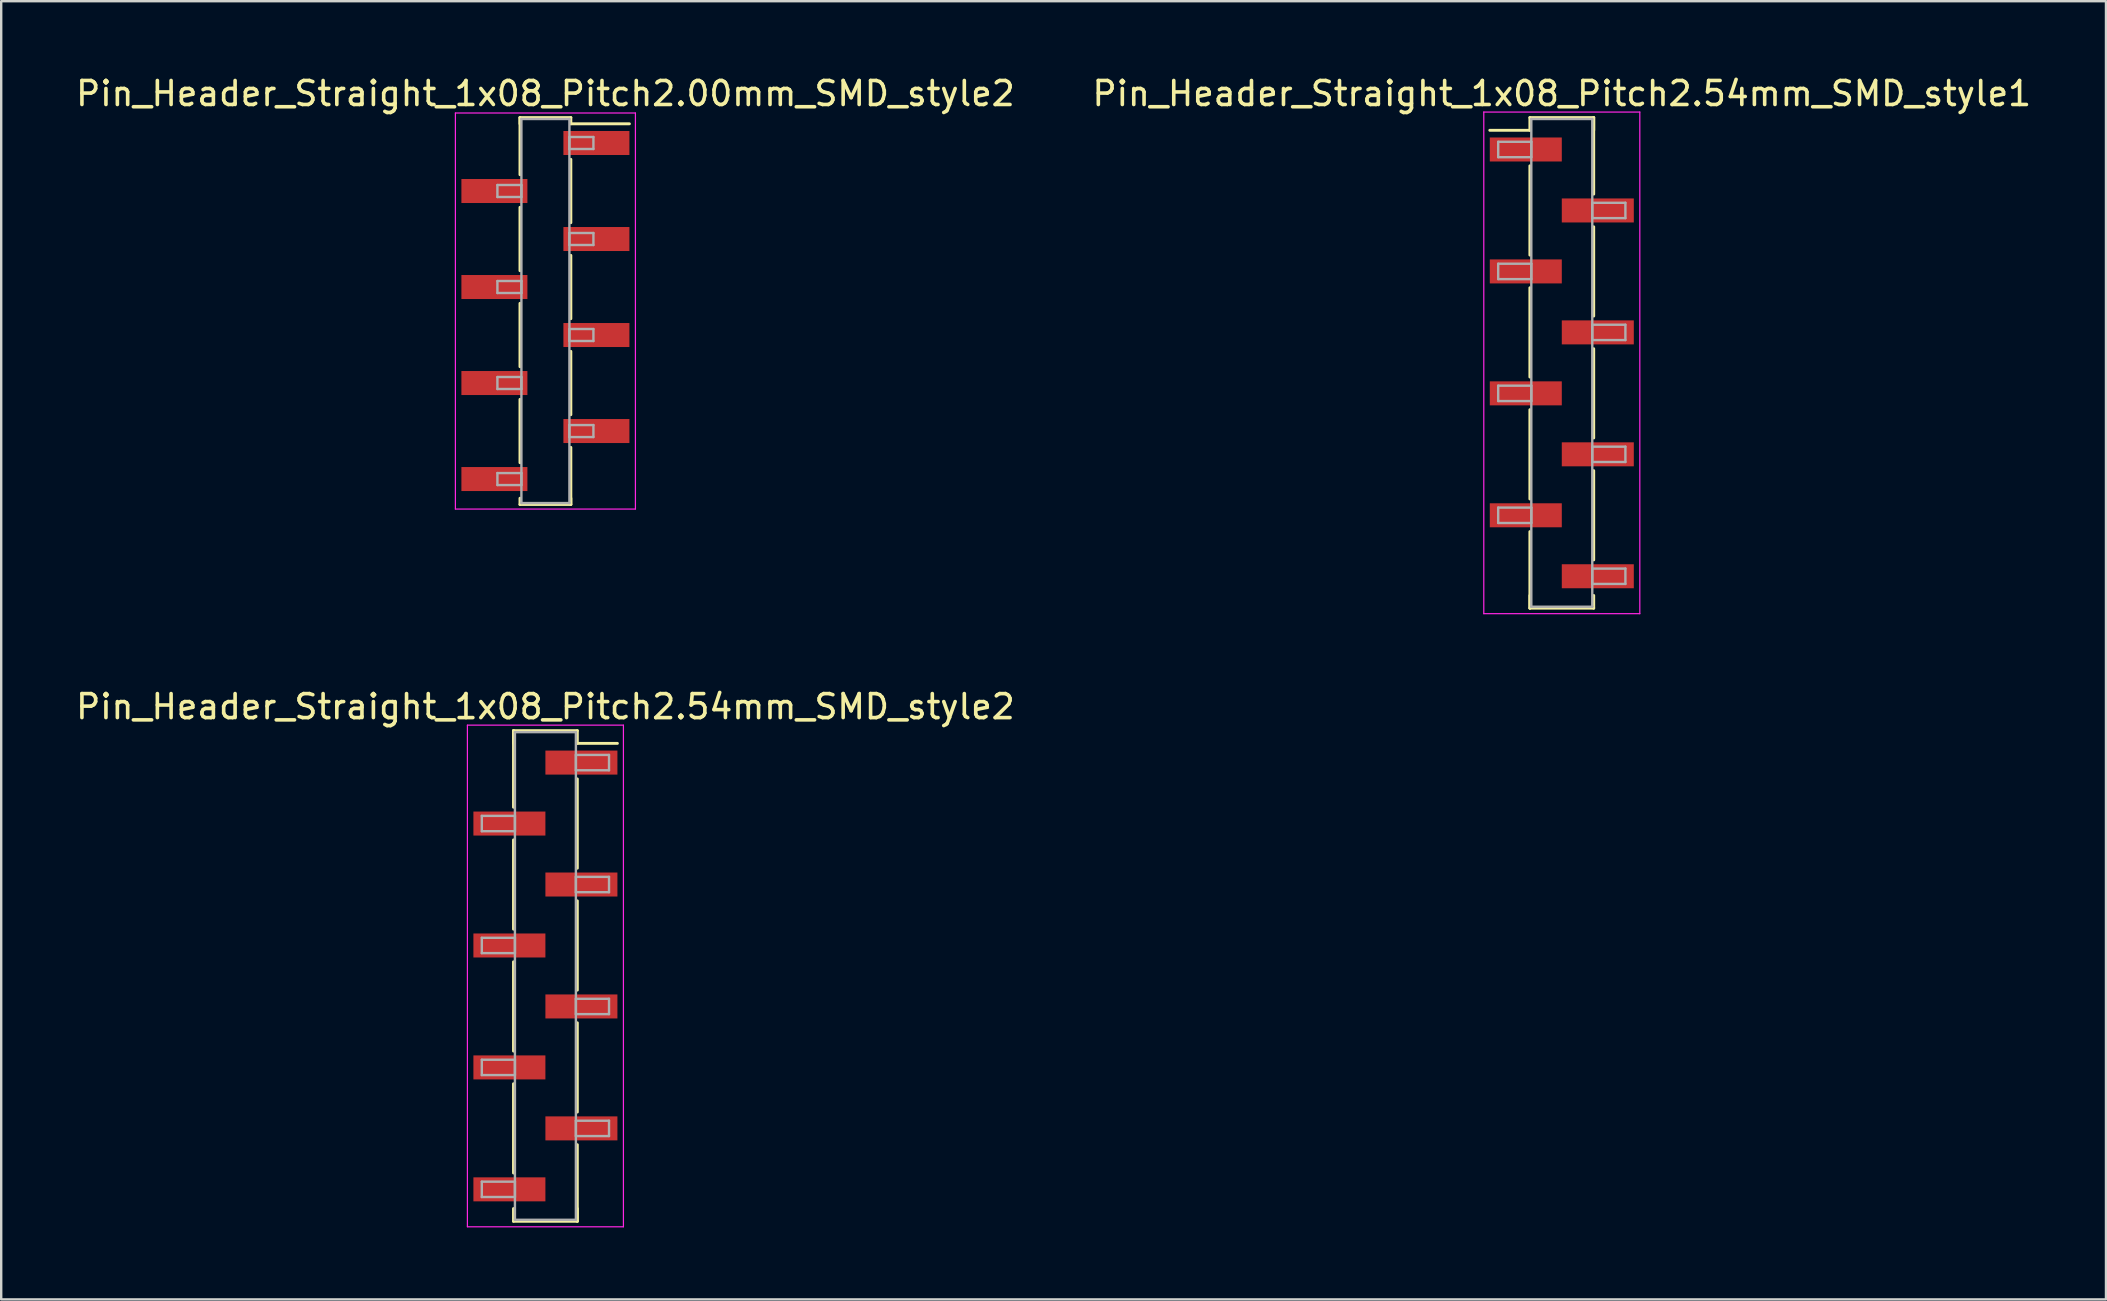
<source format=kicad_pcb>
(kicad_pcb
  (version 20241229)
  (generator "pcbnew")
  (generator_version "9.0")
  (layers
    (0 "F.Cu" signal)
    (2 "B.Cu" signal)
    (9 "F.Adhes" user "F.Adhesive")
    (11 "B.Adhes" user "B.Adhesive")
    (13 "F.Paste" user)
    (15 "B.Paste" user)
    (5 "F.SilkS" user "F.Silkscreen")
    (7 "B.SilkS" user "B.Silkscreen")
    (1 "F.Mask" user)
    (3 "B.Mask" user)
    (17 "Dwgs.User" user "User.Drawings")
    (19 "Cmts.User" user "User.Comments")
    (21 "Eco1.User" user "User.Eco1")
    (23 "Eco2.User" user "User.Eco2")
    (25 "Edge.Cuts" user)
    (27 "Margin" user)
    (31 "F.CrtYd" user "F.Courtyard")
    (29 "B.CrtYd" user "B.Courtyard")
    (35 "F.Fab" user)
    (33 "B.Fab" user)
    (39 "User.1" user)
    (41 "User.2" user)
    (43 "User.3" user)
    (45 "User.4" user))
  (footprint "Pin_Header_Straight_1x08_Pitch2.54mm_SMD_style2"
    (layer "F.Cu")
    (at 19.673 37.611)
    (property "Reference" "Pin_Header_Straight_1x08_Pitch2.54mm_SMD_style2" (at 0 -11.22 0) (layer "F.SilkS") (effects (font (size 1 1) (thickness 0.15))))
    (attr smd)
    (fp_line (start -1.33 -10.22) (end -1.33 -7.03) (stroke (width 0.12) (type solid)) (layer "F.SilkS"))
    (fp_line (start -1.33 -10.22) (end 1.33 -10.22) (stroke (width 0.12) (type solid)) (layer "F.SilkS"))
    (fp_line (start -1.33 -9.69) (end -1.33 -10.22) (stroke (width 0.12) (type solid)) (layer "F.SilkS"))
    (fp_line (start -1.33 -5.67) (end -1.33 -1.95) (stroke (width 0.12) (type solid)) (layer "F.SilkS"))
    (fp_line (start -1.33 -0.59) (end -1.33 3.13) (stroke (width 0.12) (type solid)) (layer "F.SilkS"))
    (fp_line (start -1.33 4.49) (end -1.33 8.21) (stroke (width 0.12) (type solid)) (layer "F.SilkS"))
    (fp_line (start -1.33 9.69) (end -1.33 10.22) (stroke (width 0.12) (type solid)) (layer "F.SilkS"))
    (fp_line (start -1.33 10.22) (end 1.33 10.22) (stroke (width 0.12) (type solid)) (layer "F.SilkS"))
    (fp_line (start 1.33 -10.22) (end 1.33 -9.69) (stroke (width 0.12) (type solid)) (layer "F.SilkS"))
    (fp_line (start 1.33 -9.69) (end 3 -9.69) (stroke (width 0.12) (type solid)) (layer "F.SilkS"))
    (fp_line (start 1.33 -8.21) (end 1.33 -4.49) (stroke (width 0.12) (type solid)) (layer "F.SilkS"))
    (fp_line (start 1.33 -3.13) (end 1.33 0.59) (stroke (width 0.12) (type solid)) (layer "F.SilkS"))
    (fp_line (start 1.33 1.95) (end 1.33 5.67) (stroke (width 0.12) (type solid)) (layer "F.SilkS"))
    (fp_line (start 1.33 7.03) (end 1.33 10.22) (stroke (width 0.12) (type solid)) (layer "F.SilkS"))
    (fp_line (start 1.33 10.22) (end 1.33 9.69) (stroke (width 0.12) (type solid)) (layer "F.SilkS"))
    (fp_line (start -3.25 -10.45) (end -3.25 10.45) (stroke (width 0.05) (type solid)) (layer "F.CrtYd"))
    (fp_line (start -3.25 10.45) (end 3.25 10.45) (stroke (width 0.05) (type solid)) (layer "F.CrtYd"))
    (fp_line (start 3.25 -10.45) (end -3.25 -10.45) (stroke (width 0.05) (type solid)) (layer "F.CrtYd"))
    (fp_line (start 3.25 10.45) (end 3.25 -10.45) (stroke (width 0.05) (type solid)) (layer "F.CrtYd"))
    (fp_line (start -2.65 -6.67) (end -1.27 -6.67) (stroke (width 0.1) (type solid)) (layer "F.Fab"))
    (fp_line (start -2.65 -6.03) (end -2.65 -6.67) (stroke (width 0.1) (type solid)) (layer "F.Fab"))
    (fp_line (start -2.65 -1.59) (end -1.27 -1.59) (stroke (width 0.1) (type solid)) (layer "F.Fab"))
    (fp_line (start -2.65 -0.95) (end -2.65 -1.59) (stroke (width 0.1) (type solid)) (layer "F.Fab"))
    (fp_line (start -2.65 3.49) (end -1.27 3.49) (stroke (width 0.1) (type solid)) (layer "F.Fab"))
    (fp_line (start -2.65 4.13) (end -2.65 3.49) (stroke (width 0.1) (type solid)) (layer "F.Fab"))
    (fp_line (start -2.65 8.57) (end -1.27 8.57) (stroke (width 0.1) (type solid)) (layer "F.Fab"))
    (fp_line (start -2.65 9.21) (end -2.65 8.57) (stroke (width 0.1) (type solid)) (layer "F.Fab"))
    (fp_line (start -1.27 -10.16) (end -1.27 10.16) (stroke (width 0.1) (type solid)) (layer "F.Fab"))
    (fp_line (start -1.27 -6.67) (end -1.27 -6.03) (stroke (width 0.1) (type solid)) (layer "F.Fab"))
    (fp_line (start -1.27 -6.03) (end -2.65 -6.03) (stroke (width 0.1) (type solid)) (layer "F.Fab"))
    (fp_line (start -1.27 -1.59) (end -1.27 -0.95) (stroke (width 0.1) (type solid)) (layer "F.Fab"))
    (fp_line (start -1.27 -0.95) (end -2.65 -0.95) (stroke (width 0.1) (type solid)) (layer "F.Fab"))
    (fp_line (start -1.27 3.49) (end -1.27 4.13) (stroke (width 0.1) (type solid)) (layer "F.Fab"))
    (fp_line (start -1.27 4.13) (end -2.65 4.13) (stroke (width 0.1) (type solid)) (layer "F.Fab"))
    (fp_line (start -1.27 8.57) (end -1.27 9.21) (stroke (width 0.1) (type solid)) (layer "F.Fab"))
    (fp_line (start -1.27 9.21) (end -2.65 9.21) (stroke (width 0.1) (type solid)) (layer "F.Fab"))
    (fp_line (start -1.27 10.16) (end 1.27 10.16) (stroke (width 0.1) (type solid)) (layer "F.Fab"))
    (fp_line (start 1.27 -10.16) (end -1.27 -10.16) (stroke (width 0.1) (type solid)) (layer "F.Fab"))
    (fp_line (start 1.27 -9.21) (end 1.27 -8.57) (stroke (width 0.1) (type solid)) (layer "F.Fab"))
    (fp_line (start 1.27 -8.57) (end 2.65 -8.57) (stroke (width 0.1) (type solid)) (layer "F.Fab"))
    (fp_line (start 1.27 -4.13) (end 1.27 -3.49) (stroke (width 0.1) (type solid)) (layer "F.Fab"))
    (fp_line (start 1.27 -3.49) (end 2.65 -3.49) (stroke (width 0.1) (type solid)) (layer "F.Fab"))
    (fp_line (start 1.27 0.95) (end 1.27 1.59) (stroke (width 0.1) (type solid)) (layer "F.Fab"))
    (fp_line (start 1.27 1.59) (end 2.65 1.59) (stroke (width 0.1) (type solid)) (layer "F.Fab"))
    (fp_line (start 1.27 6.03) (end 1.27 6.67) (stroke (width 0.1) (type solid)) (layer "F.Fab"))
    (fp_line (start 1.27 6.67) (end 2.65 6.67) (stroke (width 0.1) (type solid)) (layer "F.Fab"))
    (fp_line (start 1.27 10.16) (end 1.27 -10.16) (stroke (width 0.1) (type solid)) (layer "F.Fab"))
    (fp_line (start 2.65 -9.21) (end 1.27 -9.21) (stroke (width 0.1) (type solid)) (layer "F.Fab"))
    (fp_line (start 2.65 -8.57) (end 2.65 -9.21) (stroke (width 0.1) (type solid)) (layer "F.Fab"))
    (fp_line (start 2.65 -4.13) (end 1.27 -4.13) (stroke (width 0.1) (type solid)) (layer "F.Fab"))
    (fp_line (start 2.65 -3.49) (end 2.65 -4.13) (stroke (width 0.1) (type solid)) (layer "F.Fab"))
    (fp_line (start 2.65 0.95) (end 1.27 0.95) (stroke (width 0.1) (type solid)) (layer "F.Fab"))
    (fp_line (start 2.65 1.59) (end 2.65 0.95) (stroke (width 0.1) (type solid)) (layer "F.Fab"))
    (fp_line (start 2.65 6.03) (end 1.27 6.03) (stroke (width 0.1) (type solid)) (layer "F.Fab"))
    (fp_line (start 2.65 6.67) (end 2.65 6.03) (stroke (width 0.1) (type solid)) (layer "F.Fab"))
    (pad "1" smd rect (at 1.5 -8.89) (size 3 1) (layers "F.Cu" "F.Mask"))
    (pad "2" smd rect (at -1.5 -6.35) (size 3 1) (layers "F.Cu" "F.Mask"))
    (pad "3" smd rect (at 1.5 -3.81) (size 3 1) (layers "F.Cu" "F.Mask"))
    (pad "4" smd rect (at -1.5 -1.27) (size 3 1) (layers "F.Cu" "F.Mask"))
    (pad "5" smd rect (at 1.5 1.27) (size 3 1) (layers "F.Cu" "F.Mask"))
    (pad "6" smd rect (at -1.5 3.81) (size 3 1) (layers "F.Cu" "F.Mask"))
    (pad "7" smd rect (at 1.5 6.35) (size 3 1) (layers "F.Cu" "F.Mask"))
    (pad "8" smd rect (at -1.5 8.89) (size 3 1) (layers "F.Cu" "F.Mask")))
  (footprint "Pin_Header_Straight_1x08_Pitch2.54mm_SMD_style1"
    (layer "F.Cu")
    (at 62.018 12.068)
    (property "Reference" "Pin_Header_Straight_1x08_Pitch2.54mm_SMD_style1" (at 0 -11.22 0) (layer "F.SilkS") (effects (font (size 1 1) (thickness 0.15))))
    (attr smd)
    (fp_line (start -1.33 -10.22) (end 1.33 -10.22) (stroke (width 0.12) (type solid)) (layer "F.SilkS"))
    (fp_line (start -1.33 -9.69) (end -3 -9.69) (stroke (width 0.12) (type solid)) (layer "F.SilkS"))
    (fp_line (start -1.33 -9.69) (end -1.33 -10.22) (stroke (width 0.12) (type solid)) (layer "F.SilkS"))
    (fp_line (start -1.33 -8.21) (end -1.33 -4.49) (stroke (width 0.12) (type solid)) (layer "F.SilkS"))
    (fp_line (start -1.33 -3.13) (end -1.33 0.59) (stroke (width 0.12) (type solid)) (layer "F.SilkS"))
    (fp_line (start -1.33 1.95) (end -1.33 5.67) (stroke (width 0.12) (type solid)) (layer "F.SilkS"))
    (fp_line (start -1.33 7.03) (end -1.33 10.22) (stroke (width 0.12) (type solid)) (layer "F.SilkS"))
    (fp_line (start -1.33 9.69) (end -1.33 10.22) (stroke (width 0.12) (type solid)) (layer "F.SilkS"))
    (fp_line (start -1.33 10.22) (end 1.33 10.22) (stroke (width 0.12) (type solid)) (layer "F.SilkS"))
    (fp_line (start 1.33 -10.22) (end 1.33 -9.69) (stroke (width 0.12) (type solid)) (layer "F.SilkS"))
    (fp_line (start 1.33 -10.22) (end 1.33 -7.03) (stroke (width 0.12) (type solid)) (layer "F.SilkS"))
    (fp_line (start 1.33 -5.67) (end 1.33 -1.95) (stroke (width 0.12) (type solid)) (layer "F.SilkS"))
    (fp_line (start 1.33 -0.59) (end 1.33 3.13) (stroke (width 0.12) (type solid)) (layer "F.SilkS"))
    (fp_line (start 1.33 4.49) (end 1.33 8.21) (stroke (width 0.12) (type solid)) (layer "F.SilkS"))
    (fp_line (start 1.33 10.22) (end 1.33 9.69) (stroke (width 0.12) (type solid)) (layer "F.SilkS"))
    (fp_line (start -3.25 -10.45) (end -3.25 10.45) (stroke (width 0.05) (type solid)) (layer "F.CrtYd"))
    (fp_line (start -3.25 10.45) (end 3.25 10.45) (stroke (width 0.05) (type solid)) (layer "F.CrtYd"))
    (fp_line (start 3.25 -10.45) (end -3.25 -10.45) (stroke (width 0.05) (type solid)) (layer "F.CrtYd"))
    (fp_line (start 3.25 10.45) (end 3.25 -10.45) (stroke (width 0.05) (type solid)) (layer "F.CrtYd"))
    (fp_line (start -2.65 -9.21) (end -1.27 -9.21) (stroke (width 0.1) (type solid)) (layer "F.Fab"))
    (fp_line (start -2.65 -8.57) (end -2.65 -9.21) (stroke (width 0.1) (type solid)) (layer "F.Fab"))
    (fp_line (start -2.65 -4.13) (end -1.27 -4.13) (stroke (width 0.1) (type solid)) (layer "F.Fab"))
    (fp_line (start -2.65 -3.49) (end -2.65 -4.13) (stroke (width 0.1) (type solid)) (layer "F.Fab"))
    (fp_line (start -2.65 0.95) (end -1.27 0.95) (stroke (width 0.1) (type solid)) (layer "F.Fab"))
    (fp_line (start -2.65 1.59) (end -2.65 0.95) (stroke (width 0.1) (type solid)) (layer "F.Fab"))
    (fp_line (start -2.65 6.03) (end -1.27 6.03) (stroke (width 0.1) (type solid)) (layer "F.Fab"))
    (fp_line (start -2.65 6.67) (end -2.65 6.03) (stroke (width 0.1) (type solid)) (layer "F.Fab"))
    (fp_line (start -1.27 -10.16) (end -1.27 10.16) (stroke (width 0.1) (type solid)) (layer "F.Fab"))
    (fp_line (start -1.27 -9.21) (end -1.27 -8.57) (stroke (width 0.1) (type solid)) (layer "F.Fab"))
    (fp_line (start -1.27 -8.57) (end -2.65 -8.57) (stroke (width 0.1) (type solid)) (layer "F.Fab"))
    (fp_line (start -1.27 -4.13) (end -1.27 -3.49) (stroke (width 0.1) (type solid)) (layer "F.Fab"))
    (fp_line (start -1.27 -3.49) (end -2.65 -3.49) (stroke (width 0.1) (type solid)) (layer "F.Fab"))
    (fp_line (start -1.27 0.95) (end -1.27 1.59) (stroke (width 0.1) (type solid)) (layer "F.Fab"))
    (fp_line (start -1.27 1.59) (end -2.65 1.59) (stroke (width 0.1) (type solid)) (layer "F.Fab"))
    (fp_line (start -1.27 6.03) (end -1.27 6.67) (stroke (width 0.1) (type solid)) (layer "F.Fab"))
    (fp_line (start -1.27 6.67) (end -2.65 6.67) (stroke (width 0.1) (type solid)) (layer "F.Fab"))
    (fp_line (start -1.27 10.16) (end 1.27 10.16) (stroke (width 0.1) (type solid)) (layer "F.Fab"))
    (fp_line (start 1.27 -10.16) (end -1.27 -10.16) (stroke (width 0.1) (type solid)) (layer "F.Fab"))
    (fp_line (start 1.27 -6.67) (end 1.27 -6.03) (stroke (width 0.1) (type solid)) (layer "F.Fab"))
    (fp_line (start 1.27 -6.03) (end 2.65 -6.03) (stroke (width 0.1) (type solid)) (layer "F.Fab"))
    (fp_line (start 1.27 -1.59) (end 1.27 -0.95) (stroke (width 0.1) (type solid)) (layer "F.Fab"))
    (fp_line (start 1.27 -0.95) (end 2.65 -0.95) (stroke (width 0.1) (type solid)) (layer "F.Fab"))
    (fp_line (start 1.27 3.49) (end 1.27 4.13) (stroke (width 0.1) (type solid)) (layer "F.Fab"))
    (fp_line (start 1.27 4.13) (end 2.65 4.13) (stroke (width 0.1) (type solid)) (layer "F.Fab"))
    (fp_line (start 1.27 8.57) (end 1.27 9.21) (stroke (width 0.1) (type solid)) (layer "F.Fab"))
    (fp_line (start 1.27 9.21) (end 2.65 9.21) (stroke (width 0.1) (type solid)) (layer "F.Fab"))
    (fp_line (start 1.27 10.16) (end 1.27 -10.16) (stroke (width 0.1) (type solid)) (layer "F.Fab"))
    (fp_line (start 2.65 -6.67) (end 1.27 -6.67) (stroke (width 0.1) (type solid)) (layer "F.Fab"))
    (fp_line (start 2.65 -6.03) (end 2.65 -6.67) (stroke (width 0.1) (type solid)) (layer "F.Fab"))
    (fp_line (start 2.65 -1.59) (end 1.27 -1.59) (stroke (width 0.1) (type solid)) (layer "F.Fab"))
    (fp_line (start 2.65 -0.95) (end 2.65 -1.59) (stroke (width 0.1) (type solid)) (layer "F.Fab"))
    (fp_line (start 2.65 3.49) (end 1.27 3.49) (stroke (width 0.1) (type solid)) (layer "F.Fab"))
    (fp_line (start 2.65 4.13) (end 2.65 3.49) (stroke (width 0.1) (type solid)) (layer "F.Fab"))
    (fp_line (start 2.65 8.57) (end 1.27 8.57) (stroke (width 0.1) (type solid)) (layer "F.Fab"))
    (fp_line (start 2.65 9.21) (end 2.65 8.57) (stroke (width 0.1) (type solid)) (layer "F.Fab"))
    (pad "1" smd rect (at -1.5 -8.89) (size 3 1) (layers "F.Cu" "F.Mask"))
    (pad "2" smd rect (at 1.5 -6.35) (size 3 1) (layers "F.Cu" "F.Mask"))
    (pad "3" smd rect (at -1.5 -3.81) (size 3 1) (layers "F.Cu" "F.Mask"))
    (pad "4" smd rect (at 1.5 -1.27) (size 3 1) (layers "F.Cu" "F.Mask"))
    (pad "5" smd rect (at -1.5 1.27) (size 3 1) (layers "F.Cu" "F.Mask"))
    (pad "6" smd rect (at 1.5 3.81) (size 3 1) (layers "F.Cu" "F.Mask"))
    (pad "7" smd rect (at -1.5 6.35) (size 3 1) (layers "F.Cu" "F.Mask"))
    (pad "8" smd rect (at 1.5 8.89) (size 3 1) (layers "F.Cu" "F.Mask")))
  (footprint "Pin_Header_Straight_1x08_Pitch2.00mm_SMD_style2"
    (layer "F.Cu")
    (at 19.673 9.908)
    (property "Reference" "Pin_Header_Straight_1x08_Pitch2.00mm_SMD_style2" (at 0 -9.06 0) (layer "F.SilkS") (effects (font (size 1 1) (thickness 0.15))))
    (attr smd)
    (fp_line (start -1.06 -8.06) (end -1.06 -5.68) (stroke (width 0.12) (type solid)) (layer "F.SilkS"))
    (fp_line (start -1.06 -8.06) (end 1.06 -8.06) (stroke (width 0.12) (type solid)) (layer "F.SilkS"))
    (fp_line (start -1.06 -7.8) (end -1.06 -8.06) (stroke (width 0.12) (type solid)) (layer "F.SilkS"))
    (fp_line (start -1.06 -4.32) (end -1.06 -1.68) (stroke (width 0.12) (type solid)) (layer "F.SilkS"))
    (fp_line (start -1.06 -0.32) (end -1.06 2.32) (stroke (width 0.12) (type solid)) (layer "F.SilkS"))
    (fp_line (start -1.06 3.68) (end -1.06 6.32) (stroke (width 0.12) (type solid)) (layer "F.SilkS"))
    (fp_line (start -1.06 7.8) (end -1.06 8.06) (stroke (width 0.12) (type solid)) (layer "F.SilkS"))
    (fp_line (start -1.06 8.06) (end 1.06 8.06) (stroke (width 0.12) (type solid)) (layer "F.SilkS"))
    (fp_line (start 1.06 -8.06) (end 1.06 -7.8) (stroke (width 0.12) (type solid)) (layer "F.SilkS"))
    (fp_line (start 1.06 -7.8) (end 3.5 -7.8) (stroke (width 0.12) (type solid)) (layer "F.SilkS"))
    (fp_line (start 1.06 -6.32) (end 1.06 -3.68) (stroke (width 0.12) (type solid)) (layer "F.SilkS"))
    (fp_line (start 1.06 -2.32) (end 1.06 0.32) (stroke (width 0.12) (type solid)) (layer "F.SilkS"))
    (fp_line (start 1.06 1.68) (end 1.06 4.32) (stroke (width 0.12) (type solid)) (layer "F.SilkS"))
    (fp_line (start 1.06 5.68) (end 1.06 8.06) (stroke (width 0.12) (type solid)) (layer "F.SilkS"))
    (fp_line (start 1.06 8.06) (end 1.06 7.8) (stroke (width 0.12) (type solid)) (layer "F.SilkS"))
    (fp_line (start -3.75 -8.25) (end -3.75 8.25) (stroke (width 0.05) (type solid)) (layer "F.CrtYd"))
    (fp_line (start -3.75 8.25) (end 3.75 8.25) (stroke (width 0.05) (type solid)) (layer "F.CrtYd"))
    (fp_line (start 3.75 -8.25) (end -3.75 -8.25) (stroke (width 0.05) (type solid)) (layer "F.CrtYd"))
    (fp_line (start 3.75 8.25) (end 3.75 -8.25) (stroke (width 0.05) (type solid)) (layer "F.CrtYd"))
    (fp_line (start -2 -5.25) (end -1 -5.25) (stroke (width 0.1) (type solid)) (layer "F.Fab"))
    (fp_line (start -2 -4.75) (end -2 -5.25) (stroke (width 0.1) (type solid)) (layer "F.Fab"))
    (fp_line (start -2 -1.25) (end -1 -1.25) (stroke (width 0.1) (type solid)) (layer "F.Fab"))
    (fp_line (start -2 -0.75) (end -2 -1.25) (stroke (width 0.1) (type solid)) (layer "F.Fab"))
    (fp_line (start -2 2.75) (end -1 2.75) (stroke (width 0.1) (type solid)) (layer "F.Fab"))
    (fp_line (start -2 3.25) (end -2 2.75) (stroke (width 0.1) (type solid)) (layer "F.Fab"))
    (fp_line (start -2 6.75) (end -1 6.75) (stroke (width 0.1) (type solid)) (layer "F.Fab"))
    (fp_line (start -2 7.25) (end -2 6.75) (stroke (width 0.1) (type solid)) (layer "F.Fab"))
    (fp_line (start -1 -8) (end -1 8) (stroke (width 0.1) (type solid)) (layer "F.Fab"))
    (fp_line (start -1 -5.25) (end -1 -4.75) (stroke (width 0.1) (type solid)) (layer "F.Fab"))
    (fp_line (start -1 -4.75) (end -2 -4.75) (stroke (width 0.1) (type solid)) (layer "F.Fab"))
    (fp_line (start -1 -1.25) (end -1 -0.75) (stroke (width 0.1) (type solid)) (layer "F.Fab"))
    (fp_line (start -1 -0.75) (end -2 -0.75) (stroke (width 0.1) (type solid)) (layer "F.Fab"))
    (fp_line (start -1 2.75) (end -1 3.25) (stroke (width 0.1) (type solid)) (layer "F.Fab"))
    (fp_line (start -1 3.25) (end -2 3.25) (stroke (width 0.1) (type solid)) (layer "F.Fab"))
    (fp_line (start -1 6.75) (end -1 7.25) (stroke (width 0.1) (type solid)) (layer "F.Fab"))
    (fp_line (start -1 7.25) (end -2 7.25) (stroke (width 0.1) (type solid)) (layer "F.Fab"))
    (fp_line (start -1 8) (end 1 8) (stroke (width 0.1) (type solid)) (layer "F.Fab"))
    (fp_line (start 1 -8) (end -1 -8) (stroke (width 0.1) (type solid)) (layer "F.Fab"))
    (fp_line (start 1 -7.25) (end 1 -6.75) (stroke (width 0.1) (type solid)) (layer "F.Fab"))
    (fp_line (start 1 -6.75) (end 2 -6.75) (stroke (width 0.1) (type solid)) (layer "F.Fab"))
    (fp_line (start 1 -3.25) (end 1 -2.75) (stroke (width 0.1) (type solid)) (layer "F.Fab"))
    (fp_line (start 1 -2.75) (end 2 -2.75) (stroke (width 0.1) (type solid)) (layer "F.Fab"))
    (fp_line (start 1 0.75) (end 1 1.25) (stroke (width 0.1) (type solid)) (layer "F.Fab"))
    (fp_line (start 1 1.25) (end 2 1.25) (stroke (width 0.1) (type solid)) (layer "F.Fab"))
    (fp_line (start 1 4.75) (end 1 5.25) (stroke (width 0.1) (type solid)) (layer "F.Fab"))
    (fp_line (start 1 5.25) (end 2 5.25) (stroke (width 0.1) (type solid)) (layer "F.Fab"))
    (fp_line (start 1 8) (end 1 -8) (stroke (width 0.1) (type solid)) (layer "F.Fab"))
    (fp_line (start 2 -7.25) (end 1 -7.25) (stroke (width 0.1) (type solid)) (layer "F.Fab"))
    (fp_line (start 2 -6.75) (end 2 -7.25) (stroke (width 0.1) (type solid)) (layer "F.Fab"))
    (fp_line (start 2 -3.25) (end 1 -3.25) (stroke (width 0.1) (type solid)) (layer "F.Fab"))
    (fp_line (start 2 -2.75) (end 2 -3.25) (stroke (width 0.1) (type solid)) (layer "F.Fab"))
    (fp_line (start 2 0.75) (end 1 0.75) (stroke (width 0.1) (type solid)) (layer "F.Fab"))
    (fp_line (start 2 1.25) (end 2 0.75) (stroke (width 0.1) (type solid)) (layer "F.Fab"))
    (fp_line (start 2 4.75) (end 1 4.75) (stroke (width 0.1) (type solid)) (layer "F.Fab"))
    (fp_line (start 2 5.25) (end 2 4.75) (stroke (width 0.1) (type solid)) (layer "F.Fab"))
    (pad "1" smd rect (at 2.125 -7) (size 2.75 1) (layers "F.Cu" "F.Mask"))
    (pad "2" smd rect (at -2.125 -5) (size 2.75 1) (layers "F.Cu" "F.Mask"))
    (pad "3" smd rect (at 2.125 -3) (size 2.75 1) (layers "F.Cu" "F.Mask"))
    (pad "4" smd rect (at -2.125 -1) (size 2.75 1) (layers "F.Cu" "F.Mask"))
    (pad "5" smd rect (at 2.125 1) (size 2.75 1) (layers "F.Cu" "F.Mask"))
    (pad "6" smd rect (at -2.125 3) (size 2.75 1) (layers "F.Cu" "F.Mask"))
    (pad "7" smd rect (at 2.125 5) (size 2.75 1) (layers "F.Cu" "F.Mask"))
    (pad "8" smd rect (at -2.125 7) (size 2.75 1) (layers "F.Cu" "F.Mask")))
  (gr_rect
    (start -3 -3)
    (end 84.69 51.087)
    (stroke (width 0.1) (type default))
    (fill no)
    (layer "Edge.Cuts")))
</source>
